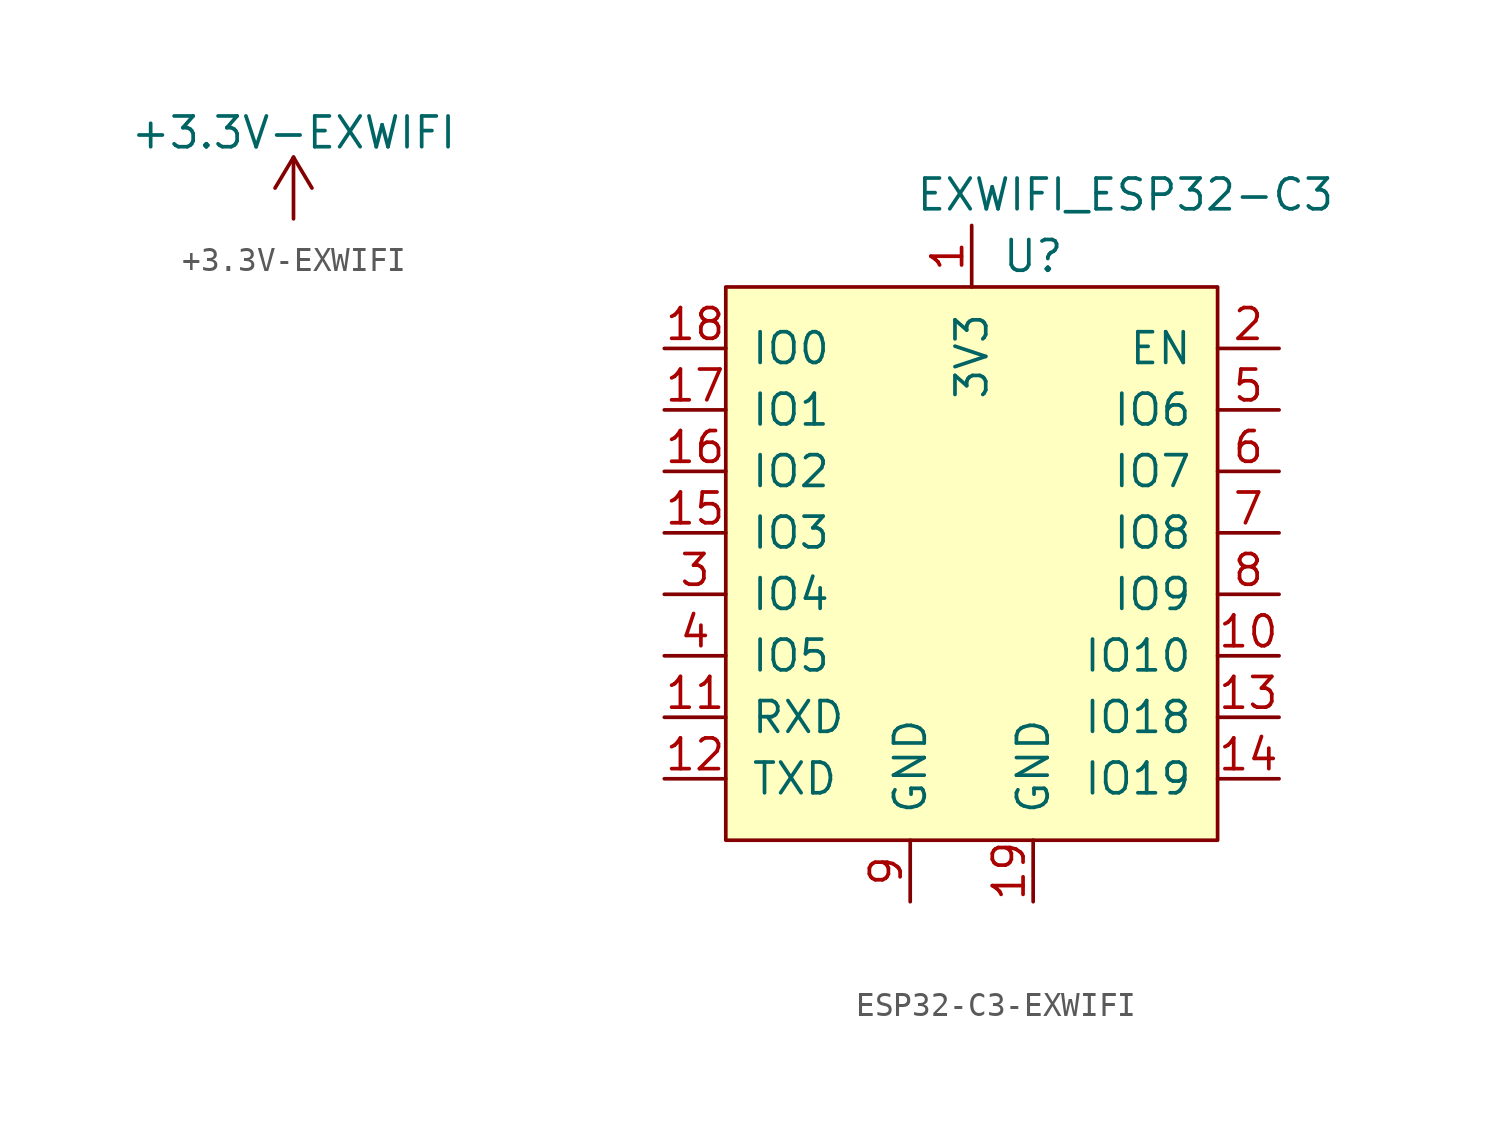
<source format=kicad_sym>
(kicad_symbol_lib
  (version 20220914)
  (generator kicad_symbol_editor)
  (symbol "+3.3V-EXWIFI"
    (power)
    (pin_names
      (offset 0))
    (property "Reference" "#PWR"
      (at 0 -3.81 0)
      (effects (font (size 1.27 1.27)) hide))
    (property "Value" "+3.3V-EXWIFI"
      (at 0 3.556 0)
      (effects (font (size 1.27 1.27))))
    (symbol "+3.3V-EXWIFI_0_1"
      (polyline (pts (xy -0.762 1.27) (xy 0 2.54)) (stroke (width 0) (type solid)) (fill (type none)))
      (polyline (pts (xy 0 0) (xy 0 2.54)) (stroke (width 0) (type solid)) (fill (type none)))
      (polyline (pts (xy 0 2.54) (xy 0.762 1.27)) (stroke (width 0) (type solid)) (fill (type none))))
    (symbol "+3.3V-EXWIFI_1_1"
      (pin power_in line (at 0 0 90) (length 0) hide (name "+3V3" (effects (font (size 1.27 1.27)))) (number "1" (effects (font (size 1.27 1.27)))))))
  (symbol "ESP32-C3-EXWIFI"
    (pin_names
      (offset 1.016))
    (property "Reference" "U"
      (at 2.54 12.7 0)
      (effects (font (size 1.27 1.27))))
    (property "Value" "EXWIFI_ESP32-C3"
      (at 6.35 15.24 0)
      (effects (font (size 1.27 1.27))))
    (symbol "ESP32-C3-EXWIFI_0_1"
      (rectangle (start -10.16 11.43) (end 10.16 -11.43) (stroke (width 0) (type solid)) (fill (type background))))
    (symbol "ESP32-C3-EXWIFI_1_1"
      (pin power_in line (at 0 13.97 270) (length 2.54) (name "3V3" (effects (font (size 1.27 1.27)))) (number "1" (effects (font (size 1.27 1.27)))))
      (pin bidirectional line (at 12.7 -3.81 180) (length 2.54) (name "IO10" (effects (font (size 1.27 1.27)))) (number "10" (effects (font (size 1.27 1.27)))))
      (pin bidirectional line (at -12.7 -6.35 0) (length 2.54) (name "RXD" (effects (font (size 1.27 1.27)))) (number "11" (effects (font (size 1.27 1.27)))))
      (pin bidirectional line (at -12.7 -8.89 0) (length 2.54) (name "TXD" (effects (font (size 1.27 1.27)))) (number "12" (effects (font (size 1.27 1.27)))))
      (pin bidirectional line (at 12.7 -6.35 180) (length 2.54) (name "IO18" (effects (font (size 1.27 1.27)))) (number "13" (effects (font (size 1.27 1.27)))))
      (pin bidirectional line (at 12.7 -8.89 180) (length 2.54) (name "IO19" (effects (font (size 1.27 1.27)))) (number "14" (effects (font (size 1.27 1.27)))))
      (pin bidirectional line (at -12.7 1.27 0) (length 2.54) (name "IO3" (effects (font (size 1.27 1.27)))) (number "15" (effects (font (size 1.27 1.27)))))
      (pin bidirectional line (at -12.7 3.81 0) (length 2.54) (name "IO2" (effects (font (size 1.27 1.27)))) (number "16" (effects (font (size 1.27 1.27)))))
      (pin bidirectional line (at -12.7 6.35 0) (length 2.54) (name "IO1" (effects (font (size 1.27 1.27)))) (number "17" (effects (font (size 1.27 1.27)))))
      (pin bidirectional line (at -12.7 8.89 0) (length 2.54) (name "IO0" (effects (font (size 1.27 1.27)))) (number "18" (effects (font (size 1.27 1.27)))))
      (pin power_in line (at 2.54 -13.97 90) (length 2.54) (name "GND" (effects (font (size 1.27 1.27)))) (number "19" (effects (font (size 1.27 1.27)))))
      (pin input line (at 12.7 8.89 180) (length 2.54) (name "EN" (effects (font (size 1.27 1.27)))) (number "2" (effects (font (size 1.27 1.27)))))
      (pin bidirectional line (at -12.7 -1.27 0) (length 2.54) (name "IO4" (effects (font (size 1.27 1.27)))) (number "3" (effects (font (size 1.27 1.27)))))
      (pin bidirectional line (at -12.7 -3.81 0) (length 2.54) (name "IO5" (effects (font (size 1.27 1.27)))) (number "4" (effects (font (size 1.27 1.27)))))
      (pin bidirectional line (at 12.7 6.35 180) (length 2.54) (name "IO6" (effects (font (size 1.27 1.27)))) (number "5" (effects (font (size 1.27 1.27)))))
      (pin bidirectional line (at 12.7 3.81 180) (length 2.54) (name "IO7" (effects (font (size 1.27 1.27)))) (number "6" (effects (font (size 1.27 1.27)))))
      (pin bidirectional line (at 12.7 1.27 180) (length 2.54) (name "IO8" (effects (font (size 1.27 1.27)))) (number "7" (effects (font (size 1.27 1.27)))))
      (pin bidirectional line (at 12.7 -1.27 180) (length 2.54) (name "IO9" (effects (font (size 1.27 1.27)))) (number "8" (effects (font (size 1.27 1.27)))))
      (pin power_in line (at -2.54 -13.97 90) (length 2.54) (name "GND" (effects (font (size 1.27 1.27)))) (number "9" (effects (font (size 1.27 1.27))))))))
</source>
